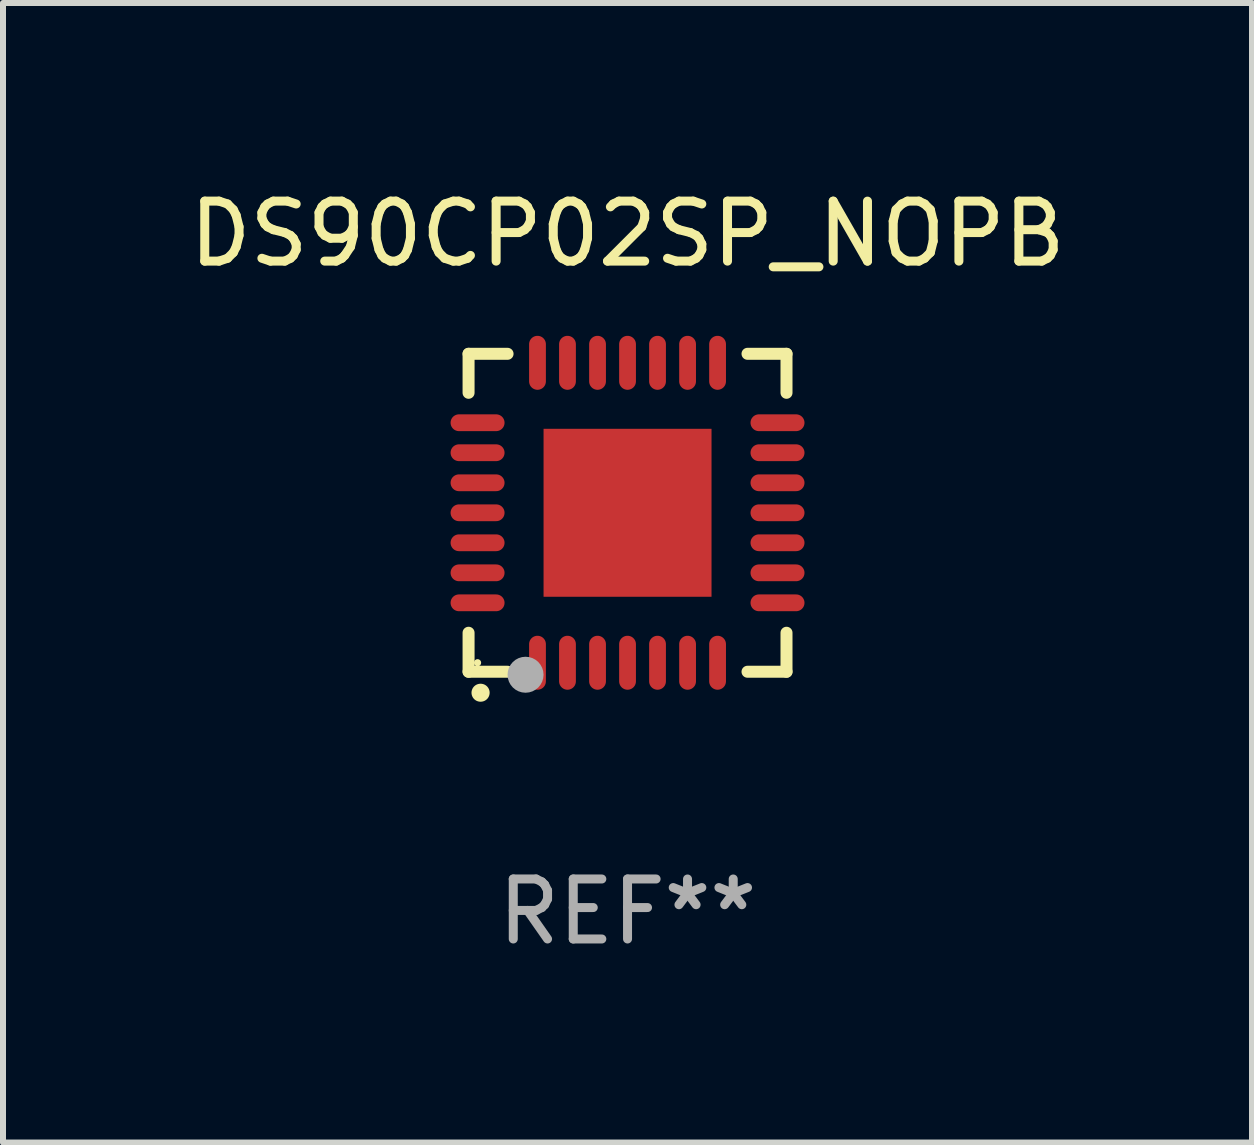
<source format=kicad_pcb>
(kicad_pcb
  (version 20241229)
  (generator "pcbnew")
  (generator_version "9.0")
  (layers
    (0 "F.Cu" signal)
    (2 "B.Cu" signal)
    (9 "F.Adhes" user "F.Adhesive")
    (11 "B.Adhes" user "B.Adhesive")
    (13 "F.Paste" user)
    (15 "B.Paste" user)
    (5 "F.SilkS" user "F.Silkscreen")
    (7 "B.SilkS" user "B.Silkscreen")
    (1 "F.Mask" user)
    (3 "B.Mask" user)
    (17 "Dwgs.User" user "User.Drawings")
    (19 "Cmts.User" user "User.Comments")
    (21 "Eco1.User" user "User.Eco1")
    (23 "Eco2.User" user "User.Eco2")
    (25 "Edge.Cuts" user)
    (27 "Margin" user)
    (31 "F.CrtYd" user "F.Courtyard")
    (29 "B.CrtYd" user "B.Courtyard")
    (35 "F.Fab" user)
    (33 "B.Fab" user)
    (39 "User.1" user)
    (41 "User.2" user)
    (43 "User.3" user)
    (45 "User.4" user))
  (footprint "DS90CP02SP_NOPB"
    (layer "F.Cu")
    (at 7.411 5.498)
    (property "Reference" "DS90CP02SP_NOPB" (at 0 -4.65 0) (layer "F.SilkS") (effects (font (size 1 1) (thickness 0.15))))
    (attr through_hole)
    (fp_line (start -2.65 -2.65) (end -2.65 -2) (stroke (width 0.2) (type solid)) (layer "F.SilkS"))
    (fp_line (start -2.65 2.65) (end -2.65 2) (stroke (width 0.2) (type solid)) (layer "F.SilkS"))
    (fp_line (start -2 -2.65) (end -2.65 -2.65) (stroke (width 0.2) (type solid)) (layer "F.SilkS"))
    (fp_line (start -2 2.65) (end -2.65 2.65) (stroke (width 0.2) (type solid)) (layer "F.SilkS"))
    (fp_line (start 2 2.65) (end 2.65 2.65) (stroke (width 0.2) (type solid)) (layer "F.SilkS"))
    (fp_line (start 2.65 -2.65) (end 2 -2.65) (stroke (width 0.2) (type solid)) (layer "F.SilkS"))
    (fp_line (start 2.65 -2) (end 2.65 -2.65) (stroke (width 0.2) (type solid)) (layer "F.SilkS"))
    (fp_line (start 2.65 2.65) (end 2.65 2) (stroke (width 0.2) (type solid)) (layer "F.SilkS"))
    (fp_arc (start -2.451105 2.999746) (mid -2.449835 2.999741) (end -2.448565 2.999746) (stroke (width 0.3) (type solid)) (layer "F.SilkS"))
    (fp_circle (center -2.5 2.5) (end -2.47 2.5) (stroke (width 0.06) (type solid)) (fill no) (layer "F.SilkS"))
    (fp_circle (center -1.7 2.7) (end -1.55 2.7) (stroke (width 0.3) (type solid)) (fill no) (layer "F.Fab"))
    (fp_text user "REF**" (at 0 6.65 0) (layer "F.Fab") (effects (font (size 1 1) (thickness 0.15))))
    (pad "1" smd oval (at -1.501 2.5 180) (size 0.28 0.9) (layers "F.Cu" "F.Mask" "F.Paste"))
    (pad "2" smd oval (at -1.001 2.5 180) (size 0.28 0.9) (layers "F.Cu" "F.Mask" "F.Paste"))
    (pad "3" smd oval (at -0.5 2.5 180) (size 0.28 0.9) (layers "F.Cu" "F.Mask" "F.Paste"))
    (pad "4" smd oval (at 0.000076 2.5 180) (size 0.28 0.9) (layers "F.Cu" "F.Mask" "F.Paste"))
    (pad "5" smd oval (at 0.5 2.5 180) (size 0.28 0.9) (layers "F.Cu" "F.Mask" "F.Paste"))
    (pad "6" smd oval (at 1.001 2.5 180) (size 0.28 0.9) (layers "F.Cu" "F.Mask" "F.Paste"))
    (pad "7" smd oval (at 1.501 2.5 180) (size 0.28 0.9) (layers "F.Cu" "F.Mask" "F.Paste"))
    (pad "8" smd oval (at 2.5 1.501 90) (size 0.28 0.9) (layers "F.Cu" "F.Mask" "F.Paste"))
    (pad "9" smd oval (at 2.5 1.001 90) (size 0.28 0.9) (layers "F.Cu" "F.Mask" "F.Paste"))
    (pad "10" smd oval (at 2.5 0.5 90) (size 0.28 0.9) (layers "F.Cu" "F.Mask" "F.Paste"))
    (pad "11" smd oval (at 2.5 0.000076 90) (size 0.28 0.9) (layers "F.Cu" "F.Mask" "F.Paste"))
    (pad "12" smd oval (at 2.5 -0.5 90) (size 0.28 0.9) (layers "F.Cu" "F.Mask" "F.Paste"))
    (pad "13" smd oval (at 2.5 -1.001 90) (size 0.28 0.9) (layers "F.Cu" "F.Mask" "F.Paste"))
    (pad "14" smd oval (at 2.5 -1.501 90) (size 0.28 0.9) (layers "F.Cu" "F.Mask" "F.Paste"))
    (pad "15" smd oval (at 1.501 -2.5 180) (size 0.28 0.9) (layers "F.Cu" "F.Mask" "F.Paste"))
    (pad "16" smd oval (at 1.001 -2.5 180) (size 0.28 0.9) (layers "F.Cu" "F.Mask" "F.Paste"))
    (pad "17" smd oval (at 0.5 -2.5 180) (size 0.28 0.9) (layers "F.Cu" "F.Mask" "F.Paste"))
    (pad "18" smd oval (at 0.000076 -2.5 180) (size 0.28 0.9) (layers "F.Cu" "F.Mask" "F.Paste"))
    (pad "19" smd oval (at -0.5 -2.5 180) (size 0.28 0.9) (layers "F.Cu" "F.Mask" "F.Paste"))
    (pad "20" smd oval (at -1.001 -2.5 180) (size 0.28 0.9) (layers "F.Cu" "F.Mask" "F.Paste"))
    (pad "21" smd oval (at -1.501 -2.5 180) (size 0.28 0.9) (layers "F.Cu" "F.Mask" "F.Paste"))
    (pad "22" smd oval (at -2.5 -1.501 90) (size 0.28 0.9) (layers "F.Cu" "F.Mask" "F.Paste"))
    (pad "23" smd oval (at -2.5 -1.001 90) (size 0.28 0.9) (layers "F.Cu" "F.Mask" "F.Paste"))
    (pad "24" smd oval (at -2.5 -0.5 90) (size 0.28 0.9) (layers "F.Cu" "F.Mask" "F.Paste"))
    (pad "25" smd oval (at -2.5 0.000076 90) (size 0.28 0.9) (layers "F.Cu" "F.Mask" "F.Paste"))
    (pad "26" smd oval (at -2.5 0.5 90) (size 0.28 0.9) (layers "F.Cu" "F.Mask" "F.Paste"))
    (pad "27" smd oval (at -2.5 1.001 90) (size 0.28 0.9) (layers "F.Cu" "F.Mask" "F.Paste"))
    (pad "28" smd oval (at -2.5 1.501 90) (size 0.28 0.9) (layers "F.Cu" "F.Mask" "F.Paste"))
    (pad "29" smd rect (at 0.000076 0.000076 90) (size 2.8 2.8) (layers "F.Cu" "F.Mask" "F.Paste")))
  (gr_rect
    (start -3 -3)
    (end 17.821 15.996)
    (stroke (width 0.1) (type default))
    (fill no)
    (layer "Edge.Cuts")))
</source>
